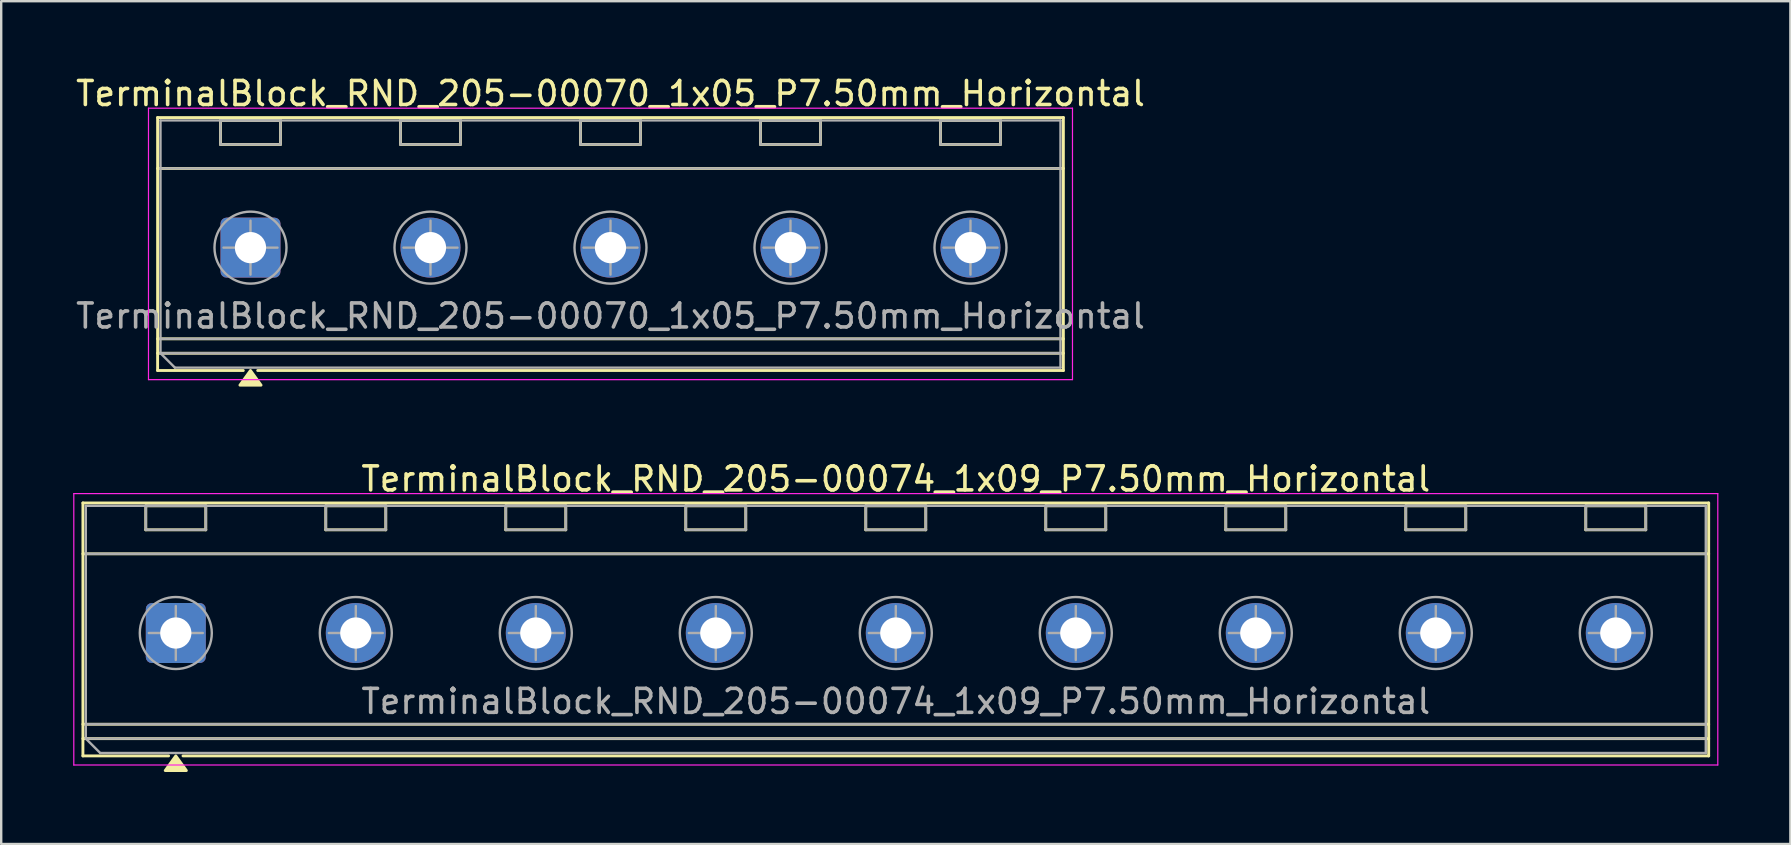
<source format=kicad_pcb>
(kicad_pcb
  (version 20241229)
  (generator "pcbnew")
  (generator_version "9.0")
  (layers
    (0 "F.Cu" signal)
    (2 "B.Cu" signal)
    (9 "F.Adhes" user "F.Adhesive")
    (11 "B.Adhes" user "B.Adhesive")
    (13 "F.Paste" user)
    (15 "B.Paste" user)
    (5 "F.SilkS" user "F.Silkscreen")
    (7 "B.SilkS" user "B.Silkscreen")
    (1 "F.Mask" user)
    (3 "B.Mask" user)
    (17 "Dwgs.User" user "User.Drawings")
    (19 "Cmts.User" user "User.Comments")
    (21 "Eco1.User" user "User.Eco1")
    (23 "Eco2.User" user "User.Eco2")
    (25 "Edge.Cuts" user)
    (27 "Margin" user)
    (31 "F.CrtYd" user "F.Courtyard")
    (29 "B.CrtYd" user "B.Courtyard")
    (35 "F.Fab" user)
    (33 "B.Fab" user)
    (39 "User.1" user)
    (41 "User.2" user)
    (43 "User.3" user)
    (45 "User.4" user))
  (footprint "TerminalBlock_RND_205-00074_1x09_P7.50mm_Horizontal"
    (layer "F.Cu")
    (at 4.275 23.326)
    (property "Reference" "TerminalBlock_RND_205-00074_1x09_P7.50mm_Horizontal" (at 30 -6.42 0) (layer "F.SilkS") (effects (font (size 1 1) (thickness 0.15))))
    (attr through_hole)
    (fp_line (start -3.87 -5.42) (end 63.87 -5.42) (stroke (width 0.12) (type solid)) (layer "F.SilkS"))
    (fp_line (start -3.87 -3.3) (end 63.87 -3.3) (stroke (width 0.12) (type solid)) (layer "F.SilkS"))
    (fp_line (start -3.87 3.8) (end 63.87 3.8) (stroke (width 0.12) (type solid)) (layer "F.SilkS"))
    (fp_line (start -3.87 4.4) (end 63.87 4.4) (stroke (width 0.12) (type solid)) (layer "F.SilkS"))
    (fp_line (start -3.87 5.12) (end -3.87 -5.42) (stroke (width 0.12) (type solid)) (layer "F.SilkS"))
    (fp_line (start -1.25 -5.3) (end 1.25 -5.3) (stroke (width 0.12) (type solid)) (layer "F.SilkS"))
    (fp_line (start -1.25 -4.3) (end -1.25 -5.3) (stroke (width 0.12) (type solid)) (layer "F.SilkS"))
    (fp_line (start -0.3 5.12) (end -3.87 5.12) (stroke (width 0.12) (type solid)) (layer "F.SilkS"))
    (fp_line (start 1.25 -5.3) (end 1.25 -4.3) (stroke (width 0.12) (type solid)) (layer "F.SilkS"))
    (fp_line (start 1.25 -4.3) (end -1.25 -4.3) (stroke (width 0.12) (type solid)) (layer "F.SilkS"))
    (fp_line (start 6.25 -5.3) (end 8.75 -5.3) (stroke (width 0.12) (type solid)) (layer "F.SilkS"))
    (fp_line (start 6.25 -4.3) (end 6.25 -5.3) (stroke (width 0.12) (type solid)) (layer "F.SilkS"))
    (fp_line (start 8.75 -5.3) (end 8.75 -4.3) (stroke (width 0.12) (type solid)) (layer "F.SilkS"))
    (fp_line (start 8.75 -4.3) (end 6.25 -4.3) (stroke (width 0.12) (type solid)) (layer "F.SilkS"))
    (fp_line (start 13.75 -5.3) (end 16.25 -5.3) (stroke (width 0.12) (type solid)) (layer "F.SilkS"))
    (fp_line (start 13.75 -4.3) (end 13.75 -5.3) (stroke (width 0.12) (type solid)) (layer "F.SilkS"))
    (fp_line (start 16.25 -5.3) (end 16.25 -4.3) (stroke (width 0.12) (type solid)) (layer "F.SilkS"))
    (fp_line (start 16.25 -4.3) (end 13.75 -4.3) (stroke (width 0.12) (type solid)) (layer "F.SilkS"))
    (fp_line (start 21.25 -5.3) (end 23.75 -5.3) (stroke (width 0.12) (type solid)) (layer "F.SilkS"))
    (fp_line (start 21.25 -4.3) (end 21.25 -5.3) (stroke (width 0.12) (type solid)) (layer "F.SilkS"))
    (fp_line (start 23.75 -5.3) (end 23.75 -4.3) (stroke (width 0.12) (type solid)) (layer "F.SilkS"))
    (fp_line (start 23.75 -4.3) (end 21.25 -4.3) (stroke (width 0.12) (type solid)) (layer "F.SilkS"))
    (fp_line (start 28.75 -5.3) (end 31.25 -5.3) (stroke (width 0.12) (type solid)) (layer "F.SilkS"))
    (fp_line (start 28.75 -4.3) (end 28.75 -5.3) (stroke (width 0.12) (type solid)) (layer "F.SilkS"))
    (fp_line (start 31.25 -5.3) (end 31.25 -4.3) (stroke (width 0.12) (type solid)) (layer "F.SilkS"))
    (fp_line (start 31.25 -4.3) (end 28.75 -4.3) (stroke (width 0.12) (type solid)) (layer "F.SilkS"))
    (fp_line (start 36.25 -5.3) (end 38.75 -5.3) (stroke (width 0.12) (type solid)) (layer "F.SilkS"))
    (fp_line (start 36.25 -4.3) (end 36.25 -5.3) (stroke (width 0.12) (type solid)) (layer "F.SilkS"))
    (fp_line (start 38.75 -5.3) (end 38.75 -4.3) (stroke (width 0.12) (type solid)) (layer "F.SilkS"))
    (fp_line (start 38.75 -4.3) (end 36.25 -4.3) (stroke (width 0.12) (type solid)) (layer "F.SilkS"))
    (fp_line (start 43.75 -5.3) (end 46.25 -5.3) (stroke (width 0.12) (type solid)) (layer "F.SilkS"))
    (fp_line (start 43.75 -4.3) (end 43.75 -5.3) (stroke (width 0.12) (type solid)) (layer "F.SilkS"))
    (fp_line (start 46.25 -5.3) (end 46.25 -4.3) (stroke (width 0.12) (type solid)) (layer "F.SilkS"))
    (fp_line (start 46.25 -4.3) (end 43.75 -4.3) (stroke (width 0.12) (type solid)) (layer "F.SilkS"))
    (fp_line (start 51.25 -5.3) (end 53.75 -5.3) (stroke (width 0.12) (type solid)) (layer "F.SilkS"))
    (fp_line (start 51.25 -4.3) (end 51.25 -5.3) (stroke (width 0.12) (type solid)) (layer "F.SilkS"))
    (fp_line (start 53.75 -5.3) (end 53.75 -4.3) (stroke (width 0.12) (type solid)) (layer "F.SilkS"))
    (fp_line (start 53.75 -4.3) (end 51.25 -4.3) (stroke (width 0.12) (type solid)) (layer "F.SilkS"))
    (fp_line (start 58.75 -5.3) (end 61.25 -5.3) (stroke (width 0.12) (type solid)) (layer "F.SilkS"))
    (fp_line (start 58.75 -4.3) (end 58.75 -5.3) (stroke (width 0.12) (type solid)) (layer "F.SilkS"))
    (fp_line (start 61.25 -5.3) (end 61.25 -4.3) (stroke (width 0.12) (type solid)) (layer "F.SilkS"))
    (fp_line (start 61.25 -4.3) (end 58.75 -4.3) (stroke (width 0.12) (type solid)) (layer "F.SilkS"))
    (fp_line (start 63.87 -5.42) (end 63.87 5.12) (stroke (width 0.12) (type solid)) (layer "F.SilkS"))
    (fp_line (start 63.87 5.12) (end 0.3 5.12) (stroke (width 0.12) (type solid)) (layer "F.SilkS"))
    (fp_poly (pts (xy 0 5.12) (xy 0.44 5.73) (xy -0.44 5.73)) (stroke (width 0.12) (type solid)) (fill yes) (layer "F.SilkS"))
    (fp_line (start -4.25 -5.81) (end -4.25 5.5) (stroke (width 0.05) (type solid)) (layer "F.CrtYd"))
    (fp_line (start -4.25 5.5) (end 64.25 5.5) (stroke (width 0.05) (type solid)) (layer "F.CrtYd"))
    (fp_line (start 64.25 -5.81) (end -4.25 -5.81) (stroke (width 0.05) (type solid)) (layer "F.CrtYd"))
    (fp_line (start 64.25 5.5) (end 64.25 -5.81) (stroke (width 0.05) (type solid)) (layer "F.CrtYd"))
    (fp_line (start -3.75 -5.3) (end 63.75 -5.3) (stroke (width 0.1) (type solid)) (layer "F.Fab"))
    (fp_line (start -3.75 -3.3) (end 63.75 -3.3) (stroke (width 0.1) (type solid)) (layer "F.Fab"))
    (fp_line (start -3.75 3.8) (end 63.75 3.8) (stroke (width 0.1) (type solid)) (layer "F.Fab"))
    (fp_line (start -3.75 4.4) (end -3.75 -5.3) (stroke (width 0.1) (type solid)) (layer "F.Fab"))
    (fp_line (start -3.75 4.4) (end 63.75 4.4) (stroke (width 0.1) (type solid)) (layer "F.Fab"))
    (fp_line (start -3.15 5) (end -3.75 4.4) (stroke (width 0.1) (type solid)) (layer "F.Fab"))
    (fp_line (start -1.25 -5.3) (end -1.25 -4.3) (stroke (width 0.1) (type solid)) (layer "F.Fab"))
    (fp_line (start -1.25 -4.3) (end 1.25 -4.3) (stroke (width 0.1) (type solid)) (layer "F.Fab"))
    (fp_line (start -1.125 0) (end 1.125 0) (stroke (width 0.1) (type solid)) (layer "F.Fab"))
    (fp_line (start 0 -1.125) (end 0 1.125) (stroke (width 0.1) (type solid)) (layer "F.Fab"))
    (fp_line (start 1.25 -5.3) (end -1.25 -5.3) (stroke (width 0.1) (type solid)) (layer "F.Fab"))
    (fp_line (start 1.25 -4.3) (end 1.25 -5.3) (stroke (width 0.1) (type solid)) (layer "F.Fab"))
    (fp_line (start 6.25 -5.3) (end 6.25 -4.3) (stroke (width 0.1) (type solid)) (layer "F.Fab"))
    (fp_line (start 6.25 -4.3) (end 8.75 -4.3) (stroke (width 0.1) (type solid)) (layer "F.Fab"))
    (fp_line (start 6.375 0) (end 8.625 0) (stroke (width 0.1) (type solid)) (layer "F.Fab"))
    (fp_line (start 7.5 -1.125) (end 7.5 1.125) (stroke (width 0.1) (type solid)) (layer "F.Fab"))
    (fp_line (start 8.75 -5.3) (end 6.25 -5.3) (stroke (width 0.1) (type solid)) (layer "F.Fab"))
    (fp_line (start 8.75 -4.3) (end 8.75 -5.3) (stroke (width 0.1) (type solid)) (layer "F.Fab"))
    (fp_line (start 13.75 -5.3) (end 13.75 -4.3) (stroke (width 0.1) (type solid)) (layer "F.Fab"))
    (fp_line (start 13.75 -4.3) (end 16.25 -4.3) (stroke (width 0.1) (type solid)) (layer "F.Fab"))
    (fp_line (start 13.875 0) (end 16.125 0) (stroke (width 0.1) (type solid)) (layer "F.Fab"))
    (fp_line (start 15 -1.125) (end 15 1.125) (stroke (width 0.1) (type solid)) (layer "F.Fab"))
    (fp_line (start 16.25 -5.3) (end 13.75 -5.3) (stroke (width 0.1) (type solid)) (layer "F.Fab"))
    (fp_line (start 16.25 -4.3) (end 16.25 -5.3) (stroke (width 0.1) (type solid)) (layer "F.Fab"))
    (fp_line (start 21.25 -5.3) (end 21.25 -4.3) (stroke (width 0.1) (type solid)) (layer "F.Fab"))
    (fp_line (start 21.25 -4.3) (end 23.75 -4.3) (stroke (width 0.1) (type solid)) (layer "F.Fab"))
    (fp_line (start 21.375 0) (end 23.625 0) (stroke (width 0.1) (type solid)) (layer "F.Fab"))
    (fp_line (start 22.5 -1.125) (end 22.5 1.125) (stroke (width 0.1) (type solid)) (layer "F.Fab"))
    (fp_line (start 23.75 -5.3) (end 21.25 -5.3) (stroke (width 0.1) (type solid)) (layer "F.Fab"))
    (fp_line (start 23.75 -4.3) (end 23.75 -5.3) (stroke (width 0.1) (type solid)) (layer "F.Fab"))
    (fp_line (start 28.75 -5.3) (end 28.75 -4.3) (stroke (width 0.1) (type solid)) (layer "F.Fab"))
    (fp_line (start 28.75 -4.3) (end 31.25 -4.3) (stroke (width 0.1) (type solid)) (layer "F.Fab"))
    (fp_line (start 28.875 0) (end 31.125 0) (stroke (width 0.1) (type solid)) (layer "F.Fab"))
    (fp_line (start 30 -1.125) (end 30 1.125) (stroke (width 0.1) (type solid)) (layer "F.Fab"))
    (fp_line (start 31.25 -5.3) (end 28.75 -5.3) (stroke (width 0.1) (type solid)) (layer "F.Fab"))
    (fp_line (start 31.25 -4.3) (end 31.25 -5.3) (stroke (width 0.1) (type solid)) (layer "F.Fab"))
    (fp_line (start 36.25 -5.3) (end 36.25 -4.3) (stroke (width 0.1) (type solid)) (layer "F.Fab"))
    (fp_line (start 36.25 -4.3) (end 38.75 -4.3) (stroke (width 0.1) (type solid)) (layer "F.Fab"))
    (fp_line (start 36.375 0) (end 38.625 0) (stroke (width 0.1) (type solid)) (layer "F.Fab"))
    (fp_line (start 37.5 -1.125) (end 37.5 1.125) (stroke (width 0.1) (type solid)) (layer "F.Fab"))
    (fp_line (start 38.75 -5.3) (end 36.25 -5.3) (stroke (width 0.1) (type solid)) (layer "F.Fab"))
    (fp_line (start 38.75 -4.3) (end 38.75 -5.3) (stroke (width 0.1) (type solid)) (layer "F.Fab"))
    (fp_line (start 43.75 -5.3) (end 43.75 -4.3) (stroke (width 0.1) (type solid)) (layer "F.Fab"))
    (fp_line (start 43.75 -4.3) (end 46.25 -4.3) (stroke (width 0.1) (type solid)) (layer "F.Fab"))
    (fp_line (start 43.875 0) (end 46.125 0) (stroke (width 0.1) (type solid)) (layer "F.Fab"))
    (fp_line (start 45 -1.125) (end 45 1.125) (stroke (width 0.1) (type solid)) (layer "F.Fab"))
    (fp_line (start 46.25 -5.3) (end 43.75 -5.3) (stroke (width 0.1) (type solid)) (layer "F.Fab"))
    (fp_line (start 46.25 -4.3) (end 46.25 -5.3) (stroke (width 0.1) (type solid)) (layer "F.Fab"))
    (fp_line (start 51.25 -5.3) (end 51.25 -4.3) (stroke (width 0.1) (type solid)) (layer "F.Fab"))
    (fp_line (start 51.25 -4.3) (end 53.75 -4.3) (stroke (width 0.1) (type solid)) (layer "F.Fab"))
    (fp_line (start 51.375 0) (end 53.625 0) (stroke (width 0.1) (type solid)) (layer "F.Fab"))
    (fp_line (start 52.5 -1.125) (end 52.5 1.125) (stroke (width 0.1) (type solid)) (layer "F.Fab"))
    (fp_line (start 53.75 -5.3) (end 51.25 -5.3) (stroke (width 0.1) (type solid)) (layer "F.Fab"))
    (fp_line (start 53.75 -4.3) (end 53.75 -5.3) (stroke (width 0.1) (type solid)) (layer "F.Fab"))
    (fp_line (start 58.75 -5.3) (end 58.75 -4.3) (stroke (width 0.1) (type solid)) (layer "F.Fab"))
    (fp_line (start 58.75 -4.3) (end 61.25 -4.3) (stroke (width 0.1) (type solid)) (layer "F.Fab"))
    (fp_line (start 58.875 0) (end 61.125 0) (stroke (width 0.1) (type solid)) (layer "F.Fab"))
    (fp_line (start 60 -1.125) (end 60 1.125) (stroke (width 0.1) (type solid)) (layer "F.Fab"))
    (fp_line (start 61.25 -5.3) (end 58.75 -5.3) (stroke (width 0.1) (type solid)) (layer "F.Fab"))
    (fp_line (start 61.25 -4.3) (end 61.25 -5.3) (stroke (width 0.1) (type solid)) (layer "F.Fab"))
    (fp_line (start 63.75 -5.3) (end 63.75 5) (stroke (width 0.1) (type solid)) (layer "F.Fab"))
    (fp_line (start 63.75 5) (end -3.15 5) (stroke (width 0.1) (type solid)) (layer "F.Fab"))
    (fp_circle (center 0 0) (end 1.5 0) (stroke (width 0.1) (type solid)) (fill no) (layer "F.Fab"))
    (fp_circle (center 7.5 0) (end 9 0) (stroke (width 0.1) (type solid)) (fill no) (layer "F.Fab"))
    (fp_circle (center 15 0) (end 16.5 0) (stroke (width 0.1) (type solid)) (fill no) (layer "F.Fab"))
    (fp_circle (center 22.5 0) (end 24 0) (stroke (width 0.1) (type solid)) (fill no) (layer "F.Fab"))
    (fp_circle (center 30 0) (end 31.5 0) (stroke (width 0.1) (type solid)) (fill no) (layer "F.Fab"))
    (fp_circle (center 37.5 0) (end 39 0) (stroke (width 0.1) (type solid)) (fill no) (layer "F.Fab"))
    (fp_circle (center 45 0) (end 46.5 0) (stroke (width 0.1) (type solid)) (fill no) (layer "F.Fab"))
    (fp_circle (center 52.5 0) (end 54 0) (stroke (width 0.1) (type solid)) (fill no) (layer "F.Fab"))
    (fp_circle (center 60 0) (end 61.5 0) (stroke (width 0.1) (type solid)) (fill no) (layer "F.Fab"))
    (fp_text user "${REFERENCE}" (at 30 2.85 0) (layer "F.Fab") (effects (font (size 1 1) (thickness 0.15))))
    (pad "1" thru_hole roundrect (at 0 0) (size 2.5 2.5) (drill 1.3) (layers "*.Cu" "*.Mask") (roundrect_rratio 0.1))
    (pad "2" thru_hole circle (at 7.5 0) (size 2.5 2.5) (drill 1.3) (layers "*.Cu" "*.Mask"))
    (pad "3" thru_hole circle (at 15 0) (size 2.5 2.5) (drill 1.3) (layers "*.Cu" "*.Mask"))
    (pad "4" thru_hole circle (at 22.5 0) (size 2.5 2.5) (drill 1.3) (layers "*.Cu" "*.Mask"))
    (pad "5" thru_hole circle (at 30 0) (size 2.5 2.5) (drill 1.3) (layers "*.Cu" "*.Mask"))
    (pad "6" thru_hole circle (at 37.5 0) (size 2.5 2.5) (drill 1.3) (layers "*.Cu" "*.Mask"))
    (pad "7" thru_hole circle (at 45 0) (size 2.5 2.5) (drill 1.3) (layers "*.Cu" "*.Mask"))
    (pad "8" thru_hole circle (at 52.5 0) (size 2.5 2.5) (drill 1.3) (layers "*.Cu" "*.Mask"))
    (pad "9" thru_hole circle (at 60 0) (size 2.5 2.5) (drill 1.3) (layers "*.Cu" "*.Mask")))
  (footprint "TerminalBlock_RND_205-00070_1x05_P7.50mm_Horizontal"
    (layer "F.Cu")
    (at 7.387 7.268)
    (property "Reference" "TerminalBlock_RND_205-00070_1x05_P7.50mm_Horizontal" (at 15 -6.42 0) (layer "F.SilkS") (effects (font (size 1 1) (thickness 0.15))))
    (attr through_hole)
    (fp_line (start -3.87 -5.42) (end 33.87 -5.42) (stroke (width 0.12) (type solid)) (layer "F.SilkS"))
    (fp_line (start -3.87 -3.3) (end 33.87 -3.3) (stroke (width 0.12) (type solid)) (layer "F.SilkS"))
    (fp_line (start -3.87 3.8) (end 33.87 3.8) (stroke (width 0.12) (type solid)) (layer "F.SilkS"))
    (fp_line (start -3.87 4.4) (end 33.87 4.4) (stroke (width 0.12) (type solid)) (layer "F.SilkS"))
    (fp_line (start -3.87 5.12) (end -3.87 -5.42) (stroke (width 0.12) (type solid)) (layer "F.SilkS"))
    (fp_line (start -1.25 -5.3) (end 1.25 -5.3) (stroke (width 0.12) (type solid)) (layer "F.SilkS"))
    (fp_line (start -1.25 -4.3) (end -1.25 -5.3) (stroke (width 0.12) (type solid)) (layer "F.SilkS"))
    (fp_line (start -0.3 5.12) (end -3.87 5.12) (stroke (width 0.12) (type solid)) (layer "F.SilkS"))
    (fp_line (start 1.25 -5.3) (end 1.25 -4.3) (stroke (width 0.12) (type solid)) (layer "F.SilkS"))
    (fp_line (start 1.25 -4.3) (end -1.25 -4.3) (stroke (width 0.12) (type solid)) (layer "F.SilkS"))
    (fp_line (start 6.25 -5.3) (end 8.75 -5.3) (stroke (width 0.12) (type solid)) (layer "F.SilkS"))
    (fp_line (start 6.25 -4.3) (end 6.25 -5.3) (stroke (width 0.12) (type solid)) (layer "F.SilkS"))
    (fp_line (start 8.75 -5.3) (end 8.75 -4.3) (stroke (width 0.12) (type solid)) (layer "F.SilkS"))
    (fp_line (start 8.75 -4.3) (end 6.25 -4.3) (stroke (width 0.12) (type solid)) (layer "F.SilkS"))
    (fp_line (start 13.75 -5.3) (end 16.25 -5.3) (stroke (width 0.12) (type solid)) (layer "F.SilkS"))
    (fp_line (start 13.75 -4.3) (end 13.75 -5.3) (stroke (width 0.12) (type solid)) (layer "F.SilkS"))
    (fp_line (start 16.25 -5.3) (end 16.25 -4.3) (stroke (width 0.12) (type solid)) (layer "F.SilkS"))
    (fp_line (start 16.25 -4.3) (end 13.75 -4.3) (stroke (width 0.12) (type solid)) (layer "F.SilkS"))
    (fp_line (start 21.25 -5.3) (end 23.75 -5.3) (stroke (width 0.12) (type solid)) (layer "F.SilkS"))
    (fp_line (start 21.25 -4.3) (end 21.25 -5.3) (stroke (width 0.12) (type solid)) (layer "F.SilkS"))
    (fp_line (start 23.75 -5.3) (end 23.75 -4.3) (stroke (width 0.12) (type solid)) (layer "F.SilkS"))
    (fp_line (start 23.75 -4.3) (end 21.25 -4.3) (stroke (width 0.12) (type solid)) (layer "F.SilkS"))
    (fp_line (start 28.75 -5.3) (end 31.25 -5.3) (stroke (width 0.12) (type solid)) (layer "F.SilkS"))
    (fp_line (start 28.75 -4.3) (end 28.75 -5.3) (stroke (width 0.12) (type solid)) (layer "F.SilkS"))
    (fp_line (start 31.25 -5.3) (end 31.25 -4.3) (stroke (width 0.12) (type solid)) (layer "F.SilkS"))
    (fp_line (start 31.25 -4.3) (end 28.75 -4.3) (stroke (width 0.12) (type solid)) (layer "F.SilkS"))
    (fp_line (start 33.87 -5.42) (end 33.87 5.12) (stroke (width 0.12) (type solid)) (layer "F.SilkS"))
    (fp_line (start 33.87 5.12) (end 0.3 5.12) (stroke (width 0.12) (type solid)) (layer "F.SilkS"))
    (fp_poly (pts (xy 0 5.12) (xy 0.44 5.73) (xy -0.44 5.73)) (stroke (width 0.12) (type solid)) (fill yes) (layer "F.SilkS"))
    (fp_line (start -4.25 -5.81) (end -4.25 5.5) (stroke (width 0.05) (type solid)) (layer "F.CrtYd"))
    (fp_line (start -4.25 5.5) (end 34.25 5.5) (stroke (width 0.05) (type solid)) (layer "F.CrtYd"))
    (fp_line (start 34.25 -5.81) (end -4.25 -5.81) (stroke (width 0.05) (type solid)) (layer "F.CrtYd"))
    (fp_line (start 34.25 5.5) (end 34.25 -5.81) (stroke (width 0.05) (type solid)) (layer "F.CrtYd"))
    (fp_line (start -3.75 -5.3) (end 33.75 -5.3) (stroke (width 0.1) (type solid)) (layer "F.Fab"))
    (fp_line (start -3.75 -3.3) (end 33.75 -3.3) (stroke (width 0.1) (type solid)) (layer "F.Fab"))
    (fp_line (start -3.75 3.8) (end 33.75 3.8) (stroke (width 0.1) (type solid)) (layer "F.Fab"))
    (fp_line (start -3.75 4.4) (end -3.75 -5.3) (stroke (width 0.1) (type solid)) (layer "F.Fab"))
    (fp_line (start -3.75 4.4) (end 33.75 4.4) (stroke (width 0.1) (type solid)) (layer "F.Fab"))
    (fp_line (start -3.15 5) (end -3.75 4.4) (stroke (width 0.1) (type solid)) (layer "F.Fab"))
    (fp_line (start -1.25 -5.3) (end -1.25 -4.3) (stroke (width 0.1) (type solid)) (layer "F.Fab"))
    (fp_line (start -1.25 -4.3) (end 1.25 -4.3) (stroke (width 0.1) (type solid)) (layer "F.Fab"))
    (fp_line (start -1.125 0) (end 1.125 0) (stroke (width 0.1) (type solid)) (layer "F.Fab"))
    (fp_line (start 0 -1.125) (end 0 1.125) (stroke (width 0.1) (type solid)) (layer "F.Fab"))
    (fp_line (start 1.25 -5.3) (end -1.25 -5.3) (stroke (width 0.1) (type solid)) (layer "F.Fab"))
    (fp_line (start 1.25 -4.3) (end 1.25 -5.3) (stroke (width 0.1) (type solid)) (layer "F.Fab"))
    (fp_line (start 6.25 -5.3) (end 6.25 -4.3) (stroke (width 0.1) (type solid)) (layer "F.Fab"))
    (fp_line (start 6.25 -4.3) (end 8.75 -4.3) (stroke (width 0.1) (type solid)) (layer "F.Fab"))
    (fp_line (start 6.375 0) (end 8.625 0) (stroke (width 0.1) (type solid)) (layer "F.Fab"))
    (fp_line (start 7.5 -1.125) (end 7.5 1.125) (stroke (width 0.1) (type solid)) (layer "F.Fab"))
    (fp_line (start 8.75 -5.3) (end 6.25 -5.3) (stroke (width 0.1) (type solid)) (layer "F.Fab"))
    (fp_line (start 8.75 -4.3) (end 8.75 -5.3) (stroke (width 0.1) (type solid)) (layer "F.Fab"))
    (fp_line (start 13.75 -5.3) (end 13.75 -4.3) (stroke (width 0.1) (type solid)) (layer "F.Fab"))
    (fp_line (start 13.75 -4.3) (end 16.25 -4.3) (stroke (width 0.1) (type solid)) (layer "F.Fab"))
    (fp_line (start 13.875 0) (end 16.125 0) (stroke (width 0.1) (type solid)) (layer "F.Fab"))
    (fp_line (start 15 -1.125) (end 15 1.125) (stroke (width 0.1) (type solid)) (layer "F.Fab"))
    (fp_line (start 16.25 -5.3) (end 13.75 -5.3) (stroke (width 0.1) (type solid)) (layer "F.Fab"))
    (fp_line (start 16.25 -4.3) (end 16.25 -5.3) (stroke (width 0.1) (type solid)) (layer "F.Fab"))
    (fp_line (start 21.25 -5.3) (end 21.25 -4.3) (stroke (width 0.1) (type solid)) (layer "F.Fab"))
    (fp_line (start 21.25 -4.3) (end 23.75 -4.3) (stroke (width 0.1) (type solid)) (layer "F.Fab"))
    (fp_line (start 21.375 0) (end 23.625 0) (stroke (width 0.1) (type solid)) (layer "F.Fab"))
    (fp_line (start 22.5 -1.125) (end 22.5 1.125) (stroke (width 0.1) (type solid)) (layer "F.Fab"))
    (fp_line (start 23.75 -5.3) (end 21.25 -5.3) (stroke (width 0.1) (type solid)) (layer "F.Fab"))
    (fp_line (start 23.75 -4.3) (end 23.75 -5.3) (stroke (width 0.1) (type solid)) (layer "F.Fab"))
    (fp_line (start 28.75 -5.3) (end 28.75 -4.3) (stroke (width 0.1) (type solid)) (layer "F.Fab"))
    (fp_line (start 28.75 -4.3) (end 31.25 -4.3) (stroke (width 0.1) (type solid)) (layer "F.Fab"))
    (fp_line (start 28.875 0) (end 31.125 0) (stroke (width 0.1) (type solid)) (layer "F.Fab"))
    (fp_line (start 30 -1.125) (end 30 1.125) (stroke (width 0.1) (type solid)) (layer "F.Fab"))
    (fp_line (start 31.25 -5.3) (end 28.75 -5.3) (stroke (width 0.1) (type solid)) (layer "F.Fab"))
    (fp_line (start 31.25 -4.3) (end 31.25 -5.3) (stroke (width 0.1) (type solid)) (layer "F.Fab"))
    (fp_line (start 33.75 -5.3) (end 33.75 5) (stroke (width 0.1) (type solid)) (layer "F.Fab"))
    (fp_line (start 33.75 5) (end -3.15 5) (stroke (width 0.1) (type solid)) (layer "F.Fab"))
    (fp_circle (center 0 0) (end 1.5 0) (stroke (width 0.1) (type solid)) (fill no) (layer "F.Fab"))
    (fp_circle (center 7.5 0) (end 9 0) (stroke (width 0.1) (type solid)) (fill no) (layer "F.Fab"))
    (fp_circle (center 15 0) (end 16.5 0) (stroke (width 0.1) (type solid)) (fill no) (layer "F.Fab"))
    (fp_circle (center 22.5 0) (end 24 0) (stroke (width 0.1) (type solid)) (fill no) (layer "F.Fab"))
    (fp_circle (center 30 0) (end 31.5 0) (stroke (width 0.1) (type solid)) (fill no) (layer "F.Fab"))
    (fp_text user "${REFERENCE}" (at 15 2.85 0) (layer "F.Fab") (effects (font (size 1 1) (thickness 0.15))))
    (pad "1" thru_hole roundrect (at 0 0) (size 2.5 2.5) (drill 1.3) (layers "*.Cu" "*.Mask") (roundrect_rratio 0.1))
    (pad "2" thru_hole circle (at 7.5 0) (size 2.5 2.5) (drill 1.3) (layers "*.Cu" "*.Mask"))
    (pad "3" thru_hole circle (at 15 0) (size 2.5 2.5) (drill 1.3) (layers "*.Cu" "*.Mask"))
    (pad "4" thru_hole circle (at 22.5 0) (size 2.5 2.5) (drill 1.3) (layers "*.Cu" "*.Mask"))
    (pad "5" thru_hole circle (at 30 0) (size 2.5 2.5) (drill 1.3) (layers "*.Cu" "*.Mask")))
  (gr_rect
    (start -3 -3)
    (end 71.55 32.117)
    (stroke (width 0.1) (type default))
    (fill no)
    (layer "Edge.Cuts")))
</source>
